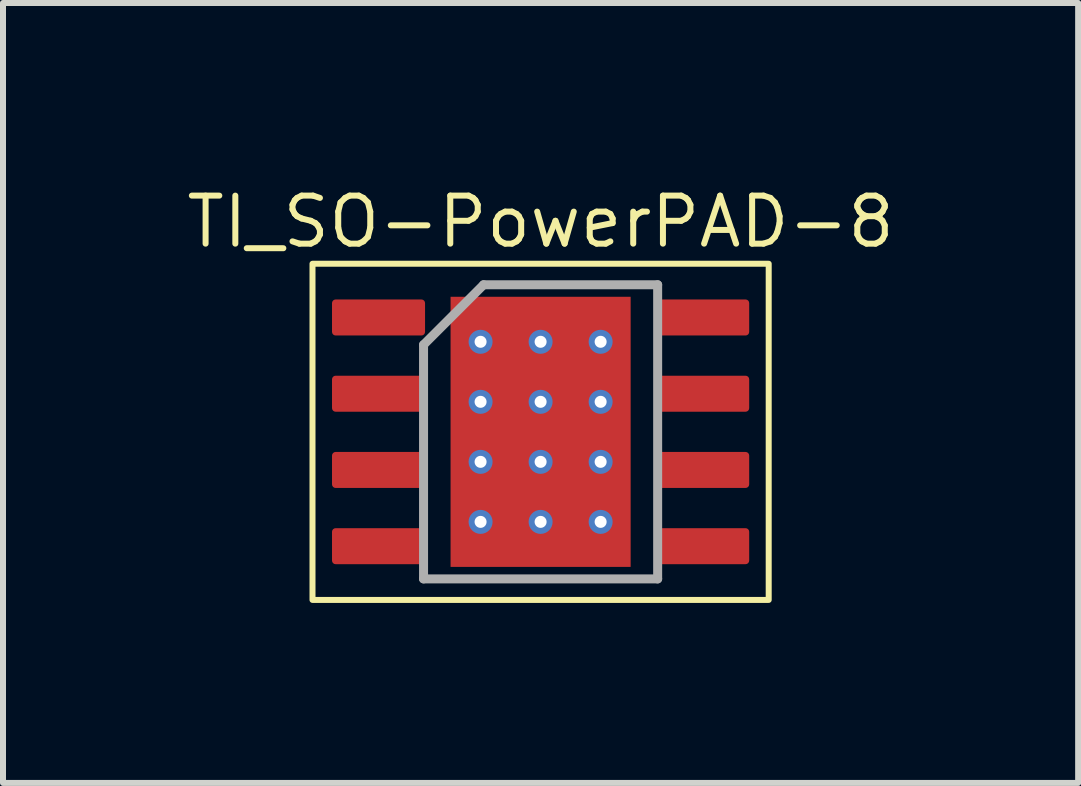
<source format=kicad_pcb>
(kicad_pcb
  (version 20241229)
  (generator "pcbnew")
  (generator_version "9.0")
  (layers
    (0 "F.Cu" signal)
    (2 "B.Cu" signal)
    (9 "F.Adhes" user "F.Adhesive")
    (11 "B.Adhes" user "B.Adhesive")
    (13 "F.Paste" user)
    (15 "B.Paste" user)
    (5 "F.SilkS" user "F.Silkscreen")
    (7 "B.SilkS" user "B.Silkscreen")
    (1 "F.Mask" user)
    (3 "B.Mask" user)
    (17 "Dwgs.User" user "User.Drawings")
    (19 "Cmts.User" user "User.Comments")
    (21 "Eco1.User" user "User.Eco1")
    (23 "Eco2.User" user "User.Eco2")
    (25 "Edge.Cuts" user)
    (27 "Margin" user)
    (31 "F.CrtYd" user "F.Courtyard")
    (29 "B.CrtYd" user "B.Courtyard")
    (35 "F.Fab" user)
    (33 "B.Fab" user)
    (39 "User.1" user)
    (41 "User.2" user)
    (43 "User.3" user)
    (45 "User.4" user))
  (footprint "TI_SO-PowerPAD-8"
    (layer "F.Cu")
    (at 5.956 4.144)
    (property "Reference" "TI_SO-PowerPAD-8" (at 0 -3.5 0) (layer "F.SilkS") (effects (font (size 0.8 0.8) (thickness 0.1))))
    (attr smd)
    (fp_rect (start 3.8 -2.8) (end -3.8 2.8) (stroke (width 0.1) (type solid)) (fill no) (layer "F.SilkS"))
    (fp_line (start -1.95 -1.45) (end -0.95 -2.45) (stroke (width 0.15) (type solid)) (layer "F.Fab"))
    (fp_line (start -1.95 2.45) (end -1.95 -1.45) (stroke (width 0.15) (type solid)) (layer "F.Fab"))
    (fp_line (start -0.95 -2.45) (end 1.95 -2.45) (stroke (width 0.15) (type solid)) (layer "F.Fab"))
    (fp_line (start 1.95 -2.45) (end 1.95 2.45) (stroke (width 0.15) (type solid)) (layer "F.Fab"))
    (fp_line (start 1.95 2.45) (end -1.95 2.45) (stroke (width 0.15) (type solid)) (layer "F.Fab"))
    (pad "1" smd roundrect (at -2.7 -1.905) (size 1.55 0.6) (layers "F.Cu" "F.Mask" "F.Paste") (roundrect_rratio 0.1))
    (pad "2" smd roundrect (at -2.7 -0.635) (size 1.55 0.6) (layers "F.Cu" "F.Mask" "F.Paste") (roundrect_rratio 0.1))
    (pad "3" smd roundrect (at -2.7 0.635) (size 1.55 0.6) (layers "F.Cu" "F.Mask" "F.Paste") (roundrect_rratio 0.1))
    (pad "4" smd roundrect (at -2.7 1.905) (size 1.55 0.6) (layers "F.Cu" "F.Mask" "F.Paste") (roundrect_rratio 0.1))
    (pad "5" smd roundrect (at 2.7 1.905) (size 1.55 0.6) (layers "F.Cu" "F.Mask" "F.Paste") (roundrect_rratio 0.1))
    (pad "6" smd roundrect (at 2.7 0.635) (size 1.55 0.6) (layers "F.Cu" "F.Mask" "F.Paste") (roundrect_rratio 0.1))
    (pad "7" smd roundrect (at 2.7 -0.635) (size 1.55 0.6) (layers "F.Cu" "F.Mask" "F.Paste") (roundrect_rratio 0.1))
    (pad "8" smd roundrect (at 2.7 -1.905) (size 1.55 0.6) (layers "F.Cu" "F.Mask" "F.Paste") (roundrect_rratio 0.1))
    (pad "9" thru_hole circle (at -1 -1.5) (size 0.4 0.4) (drill 0.2) (layers "*.Cu"))
    (pad "9" thru_hole circle (at -1 -0.5) (size 0.4 0.4) (drill 0.2) (layers "*.Cu"))
    (pad "9" thru_hole circle (at -1 0.5) (size 0.4 0.4) (drill 0.2) (layers "*.Cu"))
    (pad "9" thru_hole circle (at -1 1.5) (size 0.4 0.4) (drill 0.2) (layers "*.Cu"))
    (pad "9" thru_hole circle (at 0 -1.5) (size 0.4 0.4) (drill 0.2) (layers "*.Cu"))
    (pad "9" thru_hole circle (at 0 -0.5) (size 0.4 0.4) (drill 0.2) (layers "*.Cu"))
    (pad "9" smd rect (at 0 0) (size 3 4.5) (layers "F.Cu" "F.Mask" "F.Paste"))
    (pad "9" thru_hole circle (at 0 0.5) (size 0.4 0.4) (drill 0.2) (layers "*.Cu"))
    (pad "9" thru_hole circle (at 0 1.5) (size 0.4 0.4) (drill 0.2) (layers "*.Cu"))
    (pad "9" thru_hole circle (at 1 -1.5) (size 0.4 0.4) (drill 0.2) (layers "*.Cu"))
    (pad "9" thru_hole circle (at 1 -0.5) (size 0.4 0.4) (drill 0.2) (layers "*.Cu"))
    (pad "9" thru_hole circle (at 1 0.5) (size 0.4 0.4) (drill 0.2) (layers "*.Cu"))
    (pad "9" thru_hole circle (at 1 1.5) (size 0.4 0.4) (drill 0.2) (layers "*.Cu")))
  (gr_rect
    (start -3 -3)
    (end 14.911 9.993)
    (stroke (width 0.1) (type default))
    (fill no)
    (layer "Edge.Cuts")))
</source>
